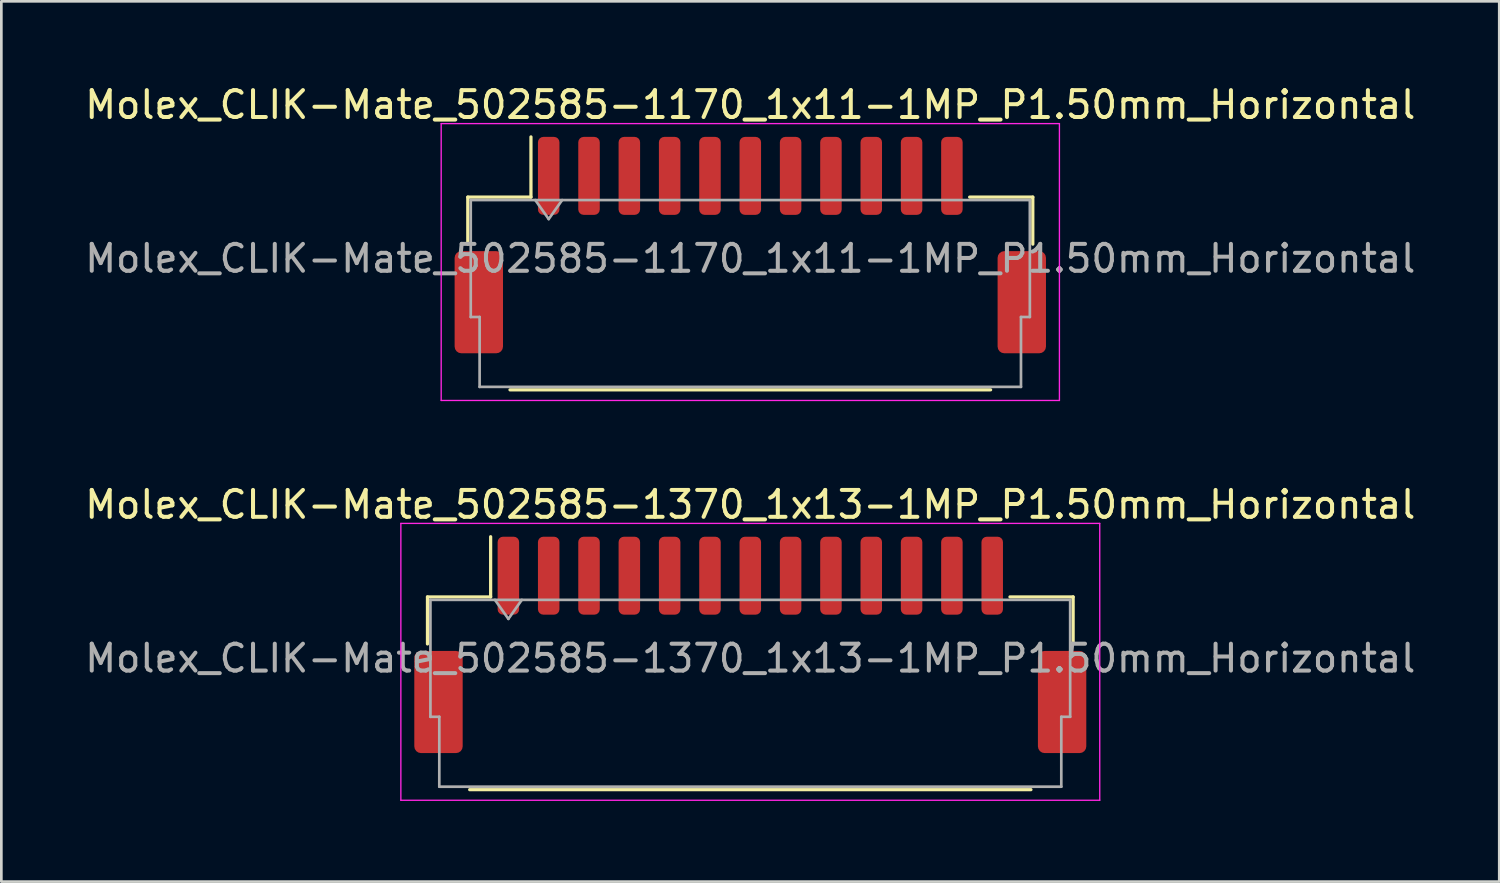
<source format=kicad_pcb>
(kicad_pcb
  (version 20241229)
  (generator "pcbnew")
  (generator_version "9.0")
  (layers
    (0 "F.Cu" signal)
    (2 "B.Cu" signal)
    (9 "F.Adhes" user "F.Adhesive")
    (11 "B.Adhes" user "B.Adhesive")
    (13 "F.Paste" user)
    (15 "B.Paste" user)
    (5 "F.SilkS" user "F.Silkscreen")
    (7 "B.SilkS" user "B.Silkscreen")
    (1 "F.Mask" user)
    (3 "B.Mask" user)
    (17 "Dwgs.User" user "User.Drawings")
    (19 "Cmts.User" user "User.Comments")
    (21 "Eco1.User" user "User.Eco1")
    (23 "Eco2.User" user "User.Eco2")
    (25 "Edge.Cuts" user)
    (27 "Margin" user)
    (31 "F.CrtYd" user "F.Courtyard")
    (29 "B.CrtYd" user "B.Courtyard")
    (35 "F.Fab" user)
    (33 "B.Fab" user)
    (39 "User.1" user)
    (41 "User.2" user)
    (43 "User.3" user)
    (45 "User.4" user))
  (footprint "Molex_CLIK-Mate_502585-1370_1x13-1MP_P1.50mm_Horizontal"
    (layer "F.Cu")
    (at 24.863 20.942)
    (property "Reference" "Molex_CLIK-Mate_502585-1370_1x13-1MP_P1.50mm_Horizontal" (at 0 -5.22 0) (layer "F.SilkS") (effects (font (size 1 1) (thickness 0.15))))
    (attr smd)
    (fp_line (start -12.01 -1.785) (end -9.66 -1.785) (stroke (width 0.12) (type solid)) (layer "F.SilkS"))
    (fp_line (start -12.01 -0.035) (end -12.01 -1.785) (stroke (width 0.12) (type solid)) (layer "F.SilkS"))
    (fp_line (start -10.44 5.385) (end 10.44 5.385) (stroke (width 0.12) (type solid)) (layer "F.SilkS"))
    (fp_line (start -9.66 -1.785) (end -9.66 -4.025) (stroke (width 0.12) (type solid)) (layer "F.SilkS"))
    (fp_line (start 12.01 -1.785) (end 9.66 -1.785) (stroke (width 0.12) (type solid)) (layer "F.SilkS"))
    (fp_line (start 12.01 -0.035) (end 12.01 -1.785) (stroke (width 0.12) (type solid)) (layer "F.SilkS"))
    (fp_line (start -13 -4.52) (end -13 5.78) (stroke (width 0.05) (type solid)) (layer "F.CrtYd"))
    (fp_line (start -13 5.78) (end 13 5.78) (stroke (width 0.05) (type solid)) (layer "F.CrtYd"))
    (fp_line (start 13 -4.52) (end -13 -4.52) (stroke (width 0.05) (type solid)) (layer "F.CrtYd"))
    (fp_line (start 13 5.78) (end 13 -4.52) (stroke (width 0.05) (type solid)) (layer "F.CrtYd"))
    (fp_line (start -11.9 -1.675) (end -11.9 2.675) (stroke (width 0.1) (type solid)) (layer "F.Fab"))
    (fp_line (start -11.9 -1.675) (end 11.9 -1.675) (stroke (width 0.1) (type solid)) (layer "F.Fab"))
    (fp_line (start -11.9 2.675) (end -11.57 2.675) (stroke (width 0.1) (type solid)) (layer "F.Fab"))
    (fp_line (start -11.57 2.675) (end -11.57 5.275) (stroke (width 0.1) (type solid)) (layer "F.Fab"))
    (fp_line (start -11.57 5.275) (end 11.57 5.275) (stroke (width 0.1) (type solid)) (layer "F.Fab"))
    (fp_line (start -9.5 -1.675) (end -9 -0.968) (stroke (width 0.1) (type solid)) (layer "F.Fab"))
    (fp_line (start -9 -0.968) (end -8.5 -1.675) (stroke (width 0.1) (type solid)) (layer "F.Fab"))
    (fp_line (start 11.57 2.675) (end 11.9 2.675) (stroke (width 0.1) (type solid)) (layer "F.Fab"))
    (fp_line (start 11.57 5.275) (end 11.57 2.675) (stroke (width 0.1) (type solid)) (layer "F.Fab"))
    (fp_line (start 11.9 -1.675) (end 11.9 2.675) (stroke (width 0.1) (type solid)) (layer "F.Fab"))
    (fp_text user "${REFERENCE}" (at 0 0.5 0) (layer "F.Fab") (effects (font (size 1 1) (thickness 0.15))))
    (pad "1" smd roundrect (at -9 -2.575) (size 0.8 2.9) (layers "F.Cu" "F.Mask" "F.Paste") (roundrect_rratio 0.25))
    (pad "2" smd roundrect (at -7.5 -2.575) (size 0.8 2.9) (layers "F.Cu" "F.Mask" "F.Paste") (roundrect_rratio 0.25))
    (pad "3" smd roundrect (at -6 -2.575) (size 0.8 2.9) (layers "F.Cu" "F.Mask" "F.Paste") (roundrect_rratio 0.25))
    (pad "4" smd roundrect (at -4.5 -2.575) (size 0.8 2.9) (layers "F.Cu" "F.Mask" "F.Paste") (roundrect_rratio 0.25))
    (pad "5" smd roundrect (at -3 -2.575) (size 0.8 2.9) (layers "F.Cu" "F.Mask" "F.Paste") (roundrect_rratio 0.25))
    (pad "6" smd roundrect (at -1.5 -2.575) (size 0.8 2.9) (layers "F.Cu" "F.Mask" "F.Paste") (roundrect_rratio 0.25))
    (pad "7" smd roundrect (at 0 -2.575) (size 0.8 2.9) (layers "F.Cu" "F.Mask" "F.Paste") (roundrect_rratio 0.25))
    (pad "8" smd roundrect (at 1.5 -2.575) (size 0.8 2.9) (layers "F.Cu" "F.Mask" "F.Paste") (roundrect_rratio 0.25))
    (pad "9" smd roundrect (at 3 -2.575) (size 0.8 2.9) (layers "F.Cu" "F.Mask" "F.Paste") (roundrect_rratio 0.25))
    (pad "10" smd roundrect (at 4.5 -2.575) (size 0.8 2.9) (layers "F.Cu" "F.Mask" "F.Paste") (roundrect_rratio 0.25))
    (pad "11" smd roundrect (at 6 -2.575) (size 0.8 2.9) (layers "F.Cu" "F.Mask" "F.Paste") (roundrect_rratio 0.25))
    (pad "12" smd roundrect (at 7.5 -2.575) (size 0.8 2.9) (layers "F.Cu" "F.Mask" "F.Paste") (roundrect_rratio 0.25))
    (pad "13" smd roundrect (at 9 -2.575) (size 0.8 2.9) (layers "F.Cu" "F.Mask" "F.Paste") (roundrect_rratio 0.25))
    (pad "MP" smd roundrect (at -11.6 2.125) (size 1.8 3.8) (layers "F.Cu" "F.Mask" "F.Paste") (roundrect_rratio 0.139))
    (pad "MP" smd roundrect (at 11.6 2.125) (size 1.8 3.8) (layers "F.Cu" "F.Mask" "F.Paste") (roundrect_rratio 0.139)))
  (footprint "Molex_CLIK-Mate_502585-1170_1x11-1MP_P1.50mm_Horizontal"
    (layer "F.Cu")
    (at 24.863 6.068)
    (property "Reference" "Molex_CLIK-Mate_502585-1170_1x11-1MP_P1.50mm_Horizontal" (at 0 -5.22 0) (layer "F.SilkS") (effects (font (size 1 1) (thickness 0.15))))
    (attr smd)
    (fp_line (start -10.51 -1.785) (end -8.16 -1.785) (stroke (width 0.12) (type solid)) (layer "F.SilkS"))
    (fp_line (start -10.51 -0.035) (end -10.51 -1.785) (stroke (width 0.12) (type solid)) (layer "F.SilkS"))
    (fp_line (start -8.94 5.385) (end 8.94 5.385) (stroke (width 0.12) (type solid)) (layer "F.SilkS"))
    (fp_line (start -8.16 -1.785) (end -8.16 -4.025) (stroke (width 0.12) (type solid)) (layer "F.SilkS"))
    (fp_line (start 10.51 -1.785) (end 8.16 -1.785) (stroke (width 0.12) (type solid)) (layer "F.SilkS"))
    (fp_line (start 10.51 -0.035) (end 10.51 -1.785) (stroke (width 0.12) (type solid)) (layer "F.SilkS"))
    (fp_line (start -11.5 -4.52) (end -11.5 5.78) (stroke (width 0.05) (type solid)) (layer "F.CrtYd"))
    (fp_line (start -11.5 5.78) (end 11.5 5.78) (stroke (width 0.05) (type solid)) (layer "F.CrtYd"))
    (fp_line (start 11.5 -4.52) (end -11.5 -4.52) (stroke (width 0.05) (type solid)) (layer "F.CrtYd"))
    (fp_line (start 11.5 5.78) (end 11.5 -4.52) (stroke (width 0.05) (type solid)) (layer "F.CrtYd"))
    (fp_line (start -10.4 -1.675) (end -10.4 2.675) (stroke (width 0.1) (type solid)) (layer "F.Fab"))
    (fp_line (start -10.4 -1.675) (end 10.4 -1.675) (stroke (width 0.1) (type solid)) (layer "F.Fab"))
    (fp_line (start -10.4 2.675) (end -10.07 2.675) (stroke (width 0.1) (type solid)) (layer "F.Fab"))
    (fp_line (start -10.07 2.675) (end -10.07 5.275) (stroke (width 0.1) (type solid)) (layer "F.Fab"))
    (fp_line (start -10.07 5.275) (end 10.07 5.275) (stroke (width 0.1) (type solid)) (layer "F.Fab"))
    (fp_line (start -8 -1.675) (end -7.5 -0.968) (stroke (width 0.1) (type solid)) (layer "F.Fab"))
    (fp_line (start -7.5 -0.968) (end -7 -1.675) (stroke (width 0.1) (type solid)) (layer "F.Fab"))
    (fp_line (start 10.07 2.675) (end 10.4 2.675) (stroke (width 0.1) (type solid)) (layer "F.Fab"))
    (fp_line (start 10.07 5.275) (end 10.07 2.675) (stroke (width 0.1) (type solid)) (layer "F.Fab"))
    (fp_line (start 10.4 -1.675) (end 10.4 2.675) (stroke (width 0.1) (type solid)) (layer "F.Fab"))
    (fp_text user "${REFERENCE}" (at 0 0.5 0) (layer "F.Fab") (effects (font (size 1 1) (thickness 0.15))))
    (pad "1" smd roundrect (at -7.5 -2.575) (size 0.8 2.9) (layers "F.Cu" "F.Mask" "F.Paste") (roundrect_rratio 0.25))
    (pad "2" smd roundrect (at -6 -2.575) (size 0.8 2.9) (layers "F.Cu" "F.Mask" "F.Paste") (roundrect_rratio 0.25))
    (pad "3" smd roundrect (at -4.5 -2.575) (size 0.8 2.9) (layers "F.Cu" "F.Mask" "F.Paste") (roundrect_rratio 0.25))
    (pad "4" smd roundrect (at -3 -2.575) (size 0.8 2.9) (layers "F.Cu" "F.Mask" "F.Paste") (roundrect_rratio 0.25))
    (pad "5" smd roundrect (at -1.5 -2.575) (size 0.8 2.9) (layers "F.Cu" "F.Mask" "F.Paste") (roundrect_rratio 0.25))
    (pad "6" smd roundrect (at 0 -2.575) (size 0.8 2.9) (layers "F.Cu" "F.Mask" "F.Paste") (roundrect_rratio 0.25))
    (pad "7" smd roundrect (at 1.5 -2.575) (size 0.8 2.9) (layers "F.Cu" "F.Mask" "F.Paste") (roundrect_rratio 0.25))
    (pad "8" smd roundrect (at 3 -2.575) (size 0.8 2.9) (layers "F.Cu" "F.Mask" "F.Paste") (roundrect_rratio 0.25))
    (pad "9" smd roundrect (at 4.5 -2.575) (size 0.8 2.9) (layers "F.Cu" "F.Mask" "F.Paste") (roundrect_rratio 0.25))
    (pad "10" smd roundrect (at 6 -2.575) (size 0.8 2.9) (layers "F.Cu" "F.Mask" "F.Paste") (roundrect_rratio 0.25))
    (pad "11" smd roundrect (at 7.5 -2.575) (size 0.8 2.9) (layers "F.Cu" "F.Mask" "F.Paste") (roundrect_rratio 0.25))
    (pad "MP" smd roundrect (at -10.1 2.125) (size 1.8 3.8) (layers "F.Cu" "F.Mask" "F.Paste") (roundrect_rratio 0.139))
    (pad "MP" smd roundrect (at 10.1 2.125) (size 1.8 3.8) (layers "F.Cu" "F.Mask" "F.Paste") (roundrect_rratio 0.139)))
  (gr_rect
    (start -3 -3)
    (end 52.726 29.747)
    (stroke (width 0.1) (type default))
    (fill no)
    (layer "Edge.Cuts")))
</source>
